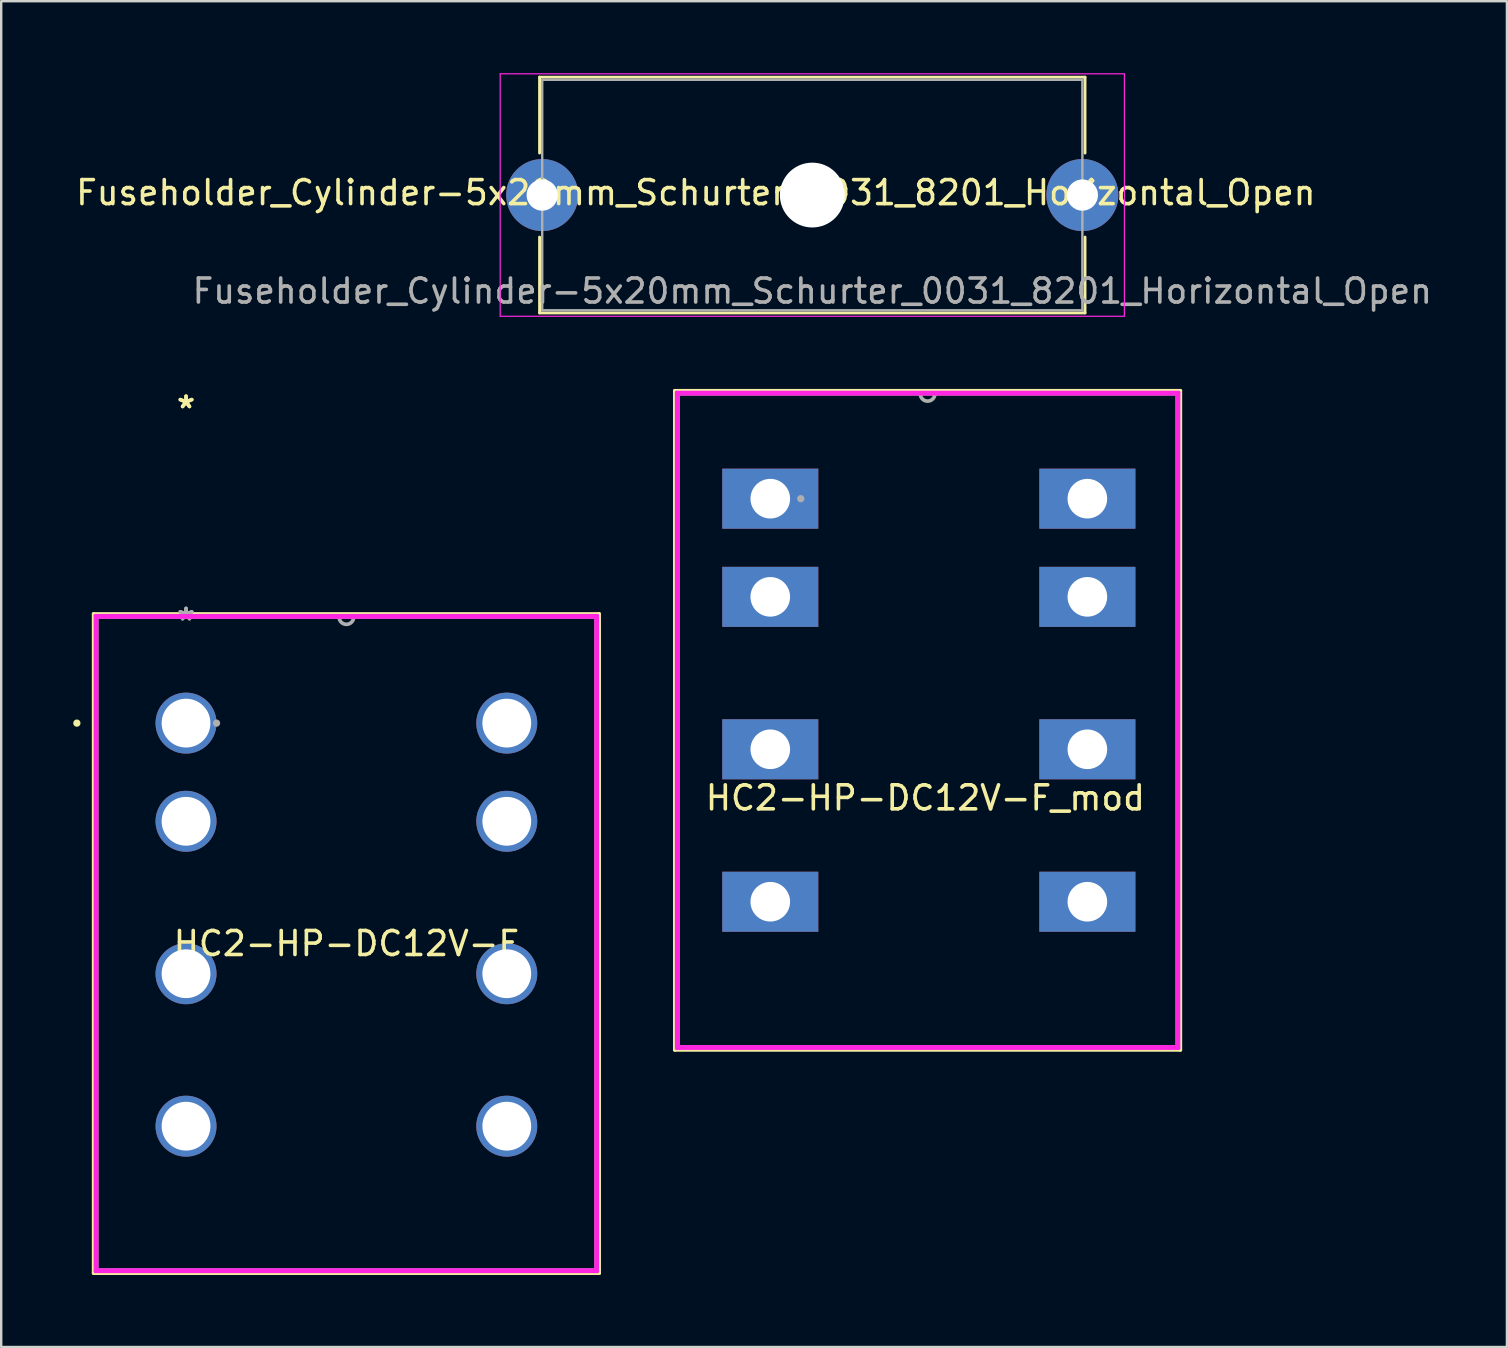
<source format=kicad_pcb>
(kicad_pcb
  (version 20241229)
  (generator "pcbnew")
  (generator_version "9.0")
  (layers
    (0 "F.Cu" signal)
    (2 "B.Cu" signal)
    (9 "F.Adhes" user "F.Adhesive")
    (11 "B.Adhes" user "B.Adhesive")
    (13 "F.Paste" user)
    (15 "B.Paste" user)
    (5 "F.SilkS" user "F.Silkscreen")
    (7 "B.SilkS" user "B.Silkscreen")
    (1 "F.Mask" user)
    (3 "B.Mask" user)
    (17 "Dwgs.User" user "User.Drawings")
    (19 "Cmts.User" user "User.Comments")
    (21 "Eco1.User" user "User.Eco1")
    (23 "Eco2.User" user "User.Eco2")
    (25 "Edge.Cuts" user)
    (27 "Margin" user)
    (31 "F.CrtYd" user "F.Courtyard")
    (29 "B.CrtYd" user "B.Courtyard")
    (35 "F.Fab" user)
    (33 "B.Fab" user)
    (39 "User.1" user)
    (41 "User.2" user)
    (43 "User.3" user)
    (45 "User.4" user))
  (footprint "HC2-HP-DC12V-F_mod"
    (layer "F.Cu")
    (at 42.268 36.137)
    (property "Reference" "HC2-HP-DC12V-F_mod" (at -6.773 -5.951 180) (layer "F.SilkS") (effects (font (size 1 1) (thickness 0.15))))
    (attr through_hole)
    (fp_line (start -17.209 -22.911) (end -17.209 4.547) (stroke (width 0.152) (type solid)) (layer "F.SilkS"))
    (fp_line (start -17.209 4.547) (end 3.848 4.547) (stroke (width 0.152) (type solid)) (layer "F.SilkS"))
    (fp_line (start 3.848 -22.911) (end -17.209 -22.911) (stroke (width 0.152) (type solid)) (layer "F.SilkS"))
    (fp_line (start 3.848 4.547) (end 3.848 -22.911) (stroke (width 0.152) (type solid)) (layer "F.SilkS"))
    (fp_line (start -17.132 -22.835) (end 3.772 -22.835) (stroke (width 0.152) (type solid)) (layer "F.CrtYd"))
    (fp_line (start -17.132 4.47) (end -17.132 -22.835) (stroke (width 0.152) (type solid)) (layer "F.CrtYd"))
    (fp_line (start -17.081 -22.784) (end 3.721 -22.784) (stroke (width 0.152) (type solid)) (layer "F.CrtYd"))
    (fp_line (start -17.081 4.42) (end -17.081 -22.784) (stroke (width 0.152) (type solid)) (layer "F.CrtYd"))
    (fp_line (start 3.721 -22.784) (end 3.721 4.42) (stroke (width 0.152) (type solid)) (layer "F.CrtYd"))
    (fp_line (start 3.721 4.42) (end -17.081 4.42) (stroke (width 0.152) (type solid)) (layer "F.CrtYd"))
    (fp_line (start 3.772 -22.835) (end 3.772 4.47) (stroke (width 0.152) (type solid)) (layer "F.CrtYd"))
    (fp_line (start 3.772 4.47) (end -17.132 4.47) (stroke (width 0.152) (type solid)) (layer "F.CrtYd"))
    (fp_line (start -17.081 -22.784) (end -17.081 4.42) (stroke (width 0.152) (type solid)) (layer "F.Fab"))
    (fp_line (start -17.081 4.42) (end 3.721 4.42) (stroke (width 0.152) (type solid)) (layer "F.Fab"))
    (fp_line (start 3.721 -22.784) (end -17.081 -22.784) (stroke (width 0.152) (type solid)) (layer "F.Fab"))
    (fp_line (start 3.721 4.42) (end 3.721 -22.784) (stroke (width 0.152) (type solid)) (layer "F.Fab"))
    (fp_arc (start -6.3754 -22.7838) (mid -6.6802 -22.479) (end -6.985 -22.7838) (stroke (width 0.1524) (type solid)) (layer "F.Fab"))
    (fp_circle (center -11.963 -18.415) (end -11.887 -18.415) (stroke (width 0.152) (type solid)) (fill no) (layer "F.Fab"))
    (pad "1" thru_hole rect (at -0.025 -1.626) (size 4 2.5) (drill 1.65) (layers "*.Cu" "*.Mask"))
    (pad "2" thru_hole rect (at -0.025 -14.326) (size 4 2.5) (drill 1.65) (layers "*.Cu" "*.Mask"))
    (pad "3" thru_hole rect (at -0.025 -7.976) (size 4 2.5) (drill 1.65) (layers "*.Cu" "*.Mask"))
    (pad "4" thru_hole rect (at -0.025 -18.415) (size 4 2.5) (drill 1.65) (layers "*.Cu" "*.Mask"))
    (pad "5" thru_hole rect (at -13.233 -18.415) (size 4 2.5) (drill 1.65) (layers "*.Cu" "*.Mask"))
    (pad "6" thru_hole rect (at -13.233 -7.976) (size 4 2.5) (drill 1.65) (layers "*.Cu" "*.Mask"))
    (pad "7" thru_hole rect (at -13.233 -14.326) (size 4 2.5) (drill 1.65) (layers "*.Cu" "*.Mask"))
    (pad "8" thru_hole rect (at -13.233 -1.626) (size 4 2.5) (drill 1.65) (layers "*.Cu" "*.Mask")))
  (footprint "HC2-HP-DC12V-F"
    (layer "F.Cu")
    (at 18.059 45.435)
    (property "Reference" "HC2-HP-DC12V-F" (at -6.68 -9.182 0) (layer "F.SilkS") (effects (font (size 1 1) (thickness 0.15))))
    (attr through_hole)
    (fp_line (start -17.209 -22.911) (end -17.209 4.547) (stroke (width 0.152) (type solid)) (layer "F.SilkS"))
    (fp_line (start -17.209 4.547) (end 3.848 4.547) (stroke (width 0.152) (type solid)) (layer "F.SilkS"))
    (fp_line (start 3.848 -22.911) (end -17.209 -22.911) (stroke (width 0.152) (type solid)) (layer "F.SilkS"))
    (fp_line (start 3.848 4.547) (end 3.848 -22.911) (stroke (width 0.152) (type solid)) (layer "F.SilkS"))
    (fp_circle (center -17.907 -18.364) (end -17.831 -18.364) (stroke (width 0.152) (type solid)) (fill no) (layer "F.SilkS"))
    (fp_line (start -17.132 -22.835) (end 3.772 -22.835) (stroke (width 0.152) (type solid)) (layer "F.CrtYd"))
    (fp_line (start -17.132 4.47) (end -17.132 -22.835) (stroke (width 0.152) (type solid)) (layer "F.CrtYd"))
    (fp_line (start -17.081 -22.784) (end 3.721 -22.784) (stroke (width 0.152) (type solid)) (layer "F.CrtYd"))
    (fp_line (start -17.081 4.42) (end -17.081 -22.784) (stroke (width 0.152) (type solid)) (layer "F.CrtYd"))
    (fp_line (start 3.721 -22.784) (end 3.721 4.42) (stroke (width 0.152) (type solid)) (layer "F.CrtYd"))
    (fp_line (start 3.721 4.42) (end -17.081 4.42) (stroke (width 0.152) (type solid)) (layer "F.CrtYd"))
    (fp_line (start 3.772 -22.835) (end 3.772 4.47) (stroke (width 0.152) (type solid)) (layer "F.CrtYd"))
    (fp_line (start 3.772 4.47) (end -17.132 4.47) (stroke (width 0.152) (type solid)) (layer "F.CrtYd"))
    (fp_line (start -17.081 -22.784) (end -17.081 4.42) (stroke (width 0.152) (type solid)) (layer "F.Fab"))
    (fp_line (start -17.081 4.42) (end 3.721 4.42) (stroke (width 0.152) (type solid)) (layer "F.Fab"))
    (fp_line (start 3.721 -22.784) (end -17.081 -22.784) (stroke (width 0.152) (type solid)) (layer "F.Fab"))
    (fp_line (start 3.721 4.42) (end 3.721 -22.784) (stroke (width 0.152) (type solid)) (layer "F.Fab"))
    (fp_arc (start -6.3754 -22.7838) (mid -6.6802 -22.479) (end -6.985 -22.7838) (stroke (width 0.1524) (type solid)) (layer "F.Fab"))
    (fp_circle (center -12.09 -18.364) (end -12.014 -18.364) (stroke (width 0.152) (type solid)) (fill no) (layer "F.Fab"))
    (fp_text user "*" (at -13.36 -31.437 0) (layer "F.SilkS") (effects (font (size 1 1) (thickness 0.15))))
    (fp_text user "*" (at -13.36 -31.437 0) (layer "F.SilkS") (effects (font (size 1 1) (thickness 0.15))))
    (fp_text user "Copyright 2016 Accelerated Designs. All rights reserved." (at 0 0 0) (layer "Cmts.User") (effects (font (size 0.127 0.127) (thickness 0.002))))
    (fp_text user "*" (at -13.36 -22.598 0) (layer "F.Fab") (effects (font (size 1 1) (thickness 0.15))))
    (fp_text user "*" (at -13.36 -22.598 0) (layer "F.Fab") (effects (font (size 1 1) (thickness 0.15))))
    (pad "1" thru_hole circle (at 0 -18.364) (size 2.54 2.54) (drill 2.032) (layers "*.Cu" "*.Mask"))
    (pad "4" thru_hole circle (at -13.36 -18.364) (size 2.54 2.54) (drill 2.032) (layers "*.Cu" "*.Mask"))
    (pad "5" thru_hole circle (at 0 -14.275) (size 2.54 2.54) (drill 2.032) (layers "*.Cu" "*.Mask"))
    (pad "8" thru_hole circle (at -13.36 -14.275) (size 2.54 2.54) (drill 2.032) (layers "*.Cu" "*.Mask"))
    (pad "9" thru_hole circle (at 0 -7.925) (size 2.54 2.54) (drill 2.032) (layers "*.Cu" "*.Mask"))
    (pad "12" thru_hole circle (at -13.36 -7.925) (size 2.54 2.54) (drill 2.032) (layers "*.Cu" "*.Mask"))
    (pad "13" thru_hole circle (at 0 -1.575) (size 2.54 2.54) (drill 2.032) (layers "*.Cu" "*.Mask"))
    (pad "14" thru_hole circle (at -13.36 -1.575) (size 2.54 2.54) (drill 2.032) (layers "*.Cu" "*.Mask")))
  (footprint "Fuseholder_Cylinder-5x20mm_Schurter_0031_8201_Horizontal_Open"
    (layer "F.Cu")
    (at 19.535 5.075)
    (property "Reference" "Fuseholder_Cylinder-5x20mm_Schurter_0031_8201_Horizontal_Open" (at 6.4 -0.1 180) (layer "F.SilkS") (effects (font (size 1 1) (thickness 0.15))))
    (attr through_hole)
    (fp_line (start -0.11 -4.91) (end 22.61 -4.91) (stroke (width 0.12) (type solid)) (layer "F.SilkS"))
    (fp_line (start -0.11 -1.75) (end -0.11 -4.91) (stroke (width 0.12) (type solid)) (layer "F.SilkS"))
    (fp_line (start -0.11 4.91) (end -0.11 1.75) (stroke (width 0.12) (type solid)) (layer "F.SilkS"))
    (fp_line (start -0.11 4.91) (end 22.61 4.91) (stroke (width 0.12) (type solid)) (layer "F.SilkS"))
    (fp_line (start 22.61 -1.75) (end 22.61 -4.91) (stroke (width 0.12) (type solid)) (layer "F.SilkS"))
    (fp_line (start 22.61 4.91) (end 22.61 1.75) (stroke (width 0.12) (type solid)) (layer "F.SilkS"))
    (fp_line (start -1.75 -5.05) (end 24.25 -5.05) (stroke (width 0.05) (type solid)) (layer "F.CrtYd"))
    (fp_line (start -1.75 5.05) (end -1.75 -5.05) (stroke (width 0.05) (type solid)) (layer "F.CrtYd"))
    (fp_line (start 24.25 -5.05) (end 24.25 5.05) (stroke (width 0.05) (type solid)) (layer "F.CrtYd"))
    (fp_line (start 24.25 5.05) (end -1.75 5.05) (stroke (width 0.05) (type solid)) (layer "F.CrtYd"))
    (fp_line (start 0 -4.8) (end 0 4.8) (stroke (width 0.1) (type solid)) (layer "F.Fab"))
    (fp_line (start 0 4.8) (end 22.5 4.8) (stroke (width 0.1) (type solid)) (layer "F.Fab"))
    (fp_line (start 22.5 -4.8) (end 0 -4.8) (stroke (width 0.1) (type solid)) (layer "F.Fab"))
    (fp_line (start 22.5 4.8) (end 22.5 -4.8) (stroke (width 0.1) (type solid)) (layer "F.Fab"))
    (fp_text user "${REFERENCE}" (at 11.25 4 180) (layer "F.Fab") (effects (font (size 1 1) (thickness 0.15))))
    (pad "" np_thru_hole circle (at 11.25 0) (size 2.7 2.7) (drill 2.7) (layers "*.Cu" "*.Mask"))
    (pad "1" thru_hole circle (at 0 0) (size 3 3) (drill 1.3) (layers "*.Cu" "*.Mask"))
    (pad "2" thru_hole circle (at 22.5 0) (size 3 3) (drill 1.3) (layers "*.Cu" "*.Mask")))
  (gr_rect
    (start -3 -3)
    (end 59.719 53.058)
    (stroke (width 0.1) (type default))
    (fill no)
    (layer "Edge.Cuts")))
</source>
